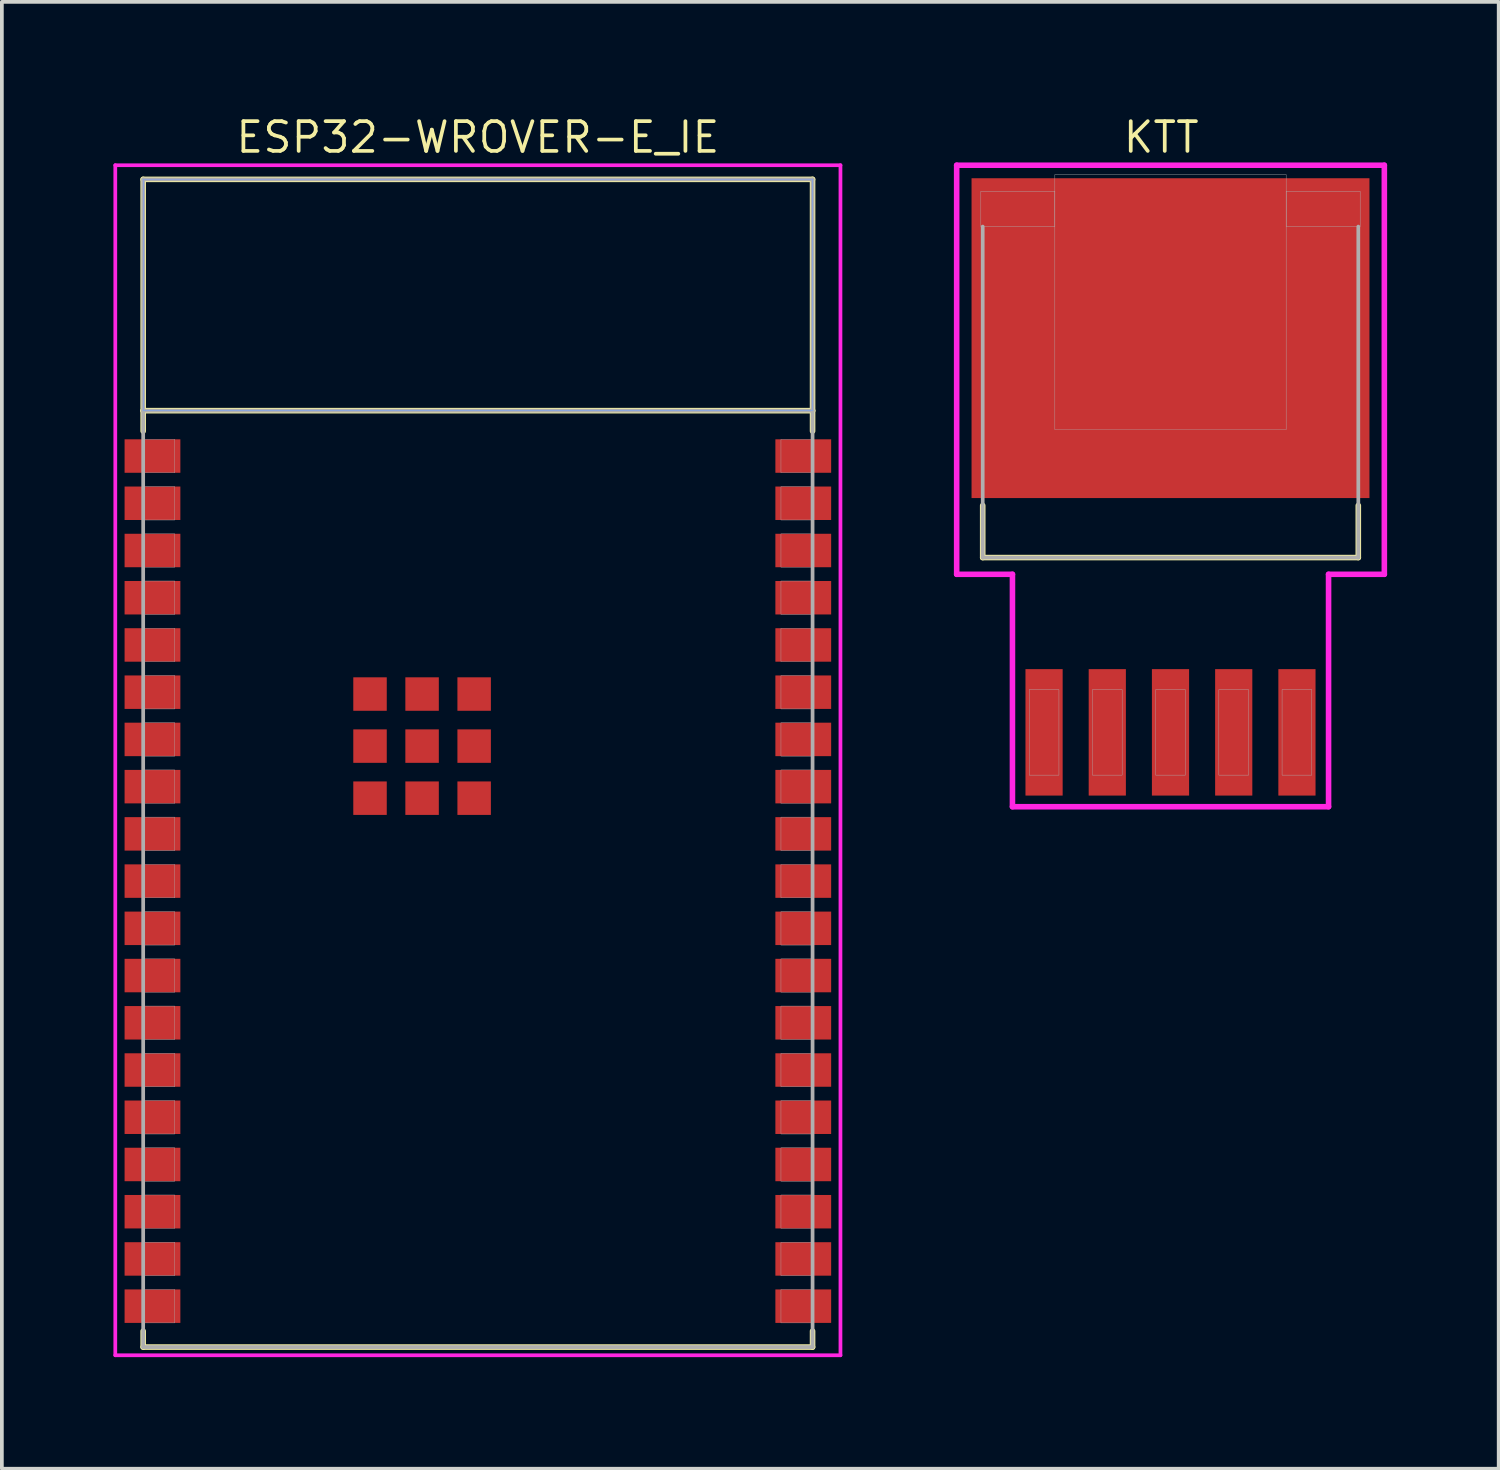
<source format=kicad_pcb>
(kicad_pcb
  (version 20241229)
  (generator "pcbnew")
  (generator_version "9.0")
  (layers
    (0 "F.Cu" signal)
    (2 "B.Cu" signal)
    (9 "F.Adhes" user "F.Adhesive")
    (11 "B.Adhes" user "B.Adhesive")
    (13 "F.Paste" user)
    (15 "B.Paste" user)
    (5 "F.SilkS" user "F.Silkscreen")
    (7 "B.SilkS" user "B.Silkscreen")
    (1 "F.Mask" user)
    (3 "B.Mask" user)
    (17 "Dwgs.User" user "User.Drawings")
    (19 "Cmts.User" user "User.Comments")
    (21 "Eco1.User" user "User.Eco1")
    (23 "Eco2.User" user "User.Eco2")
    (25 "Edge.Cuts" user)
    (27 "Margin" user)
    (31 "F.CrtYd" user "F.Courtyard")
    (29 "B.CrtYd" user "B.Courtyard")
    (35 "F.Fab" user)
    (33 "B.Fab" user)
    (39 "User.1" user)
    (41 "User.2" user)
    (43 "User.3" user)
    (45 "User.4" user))
  (footprint "KTT"
    (layer "F.Cu")
    (at 28.425 16.643)
    (property "Reference" "KTT" (at -0.25 -16 0) (layer "F.SilkS") (effects (font (size 0.8 0.8) (thickness 0.1))))
    (attr smd)
    (fp_line (start -5.05 -6.1) (end -5.05 -4.7) (stroke (width 0.15) (type solid)) (layer "F.SilkS"))
    (fp_line (start -5.05 -4.7) (end 5.05 -4.7) (stroke (width 0.15) (type solid)) (layer "F.SilkS"))
    (fp_line (start 5.05 -4.7) (end 5.05 -6.1) (stroke (width 0.15) (type solid)) (layer "F.SilkS"))
    (fp_line (start -5.75 -15.25) (end -5.75 -4.25) (stroke (width 0.15) (type solid)) (layer "F.CrtYd"))
    (fp_line (start -5.75 -4.25) (end -4.25 -4.25) (stroke (width 0.15) (type solid)) (layer "F.CrtYd"))
    (fp_line (start -4.25 -4.25) (end -4.25 2) (stroke (width 0.15) (type solid)) (layer "F.CrtYd"))
    (fp_line (start -4.25 2) (end 4.25 2) (stroke (width 0.15) (type solid)) (layer "F.CrtYd"))
    (fp_line (start 4.25 -4.25) (end 5.75 -4.25) (stroke (width 0.15) (type solid)) (layer "F.CrtYd"))
    (fp_line (start 4.25 2) (end 4.25 -4.25) (stroke (width 0.15) (type solid)) (layer "F.CrtYd"))
    (fp_line (start 5.75 -15.25) (end -5.75 -15.25) (stroke (width 0.15) (type solid)) (layer "F.CrtYd"))
    (fp_line (start 5.75 -4.25) (end 5.75 -15.25) (stroke (width 0.15) (type solid)) (layer "F.CrtYd"))
    (fp_line (start -5.05 -13.6) (end -5.05 -4.7) (stroke (width 0.1) (type solid)) (layer "F.Fab"))
    (fp_line (start -5.05 -4.7) (end 5.05 -4.7) (stroke (width 0.1) (type solid)) (layer "F.Fab"))
    (fp_line (start 5.05 -4.7) (end 5.05 -13.6) (stroke (width 0.1) (type solid)) (layer "F.Fab"))
    (fp_poly (pts (xy -5.1 -14.55) (xy -3.11 -14.55) (xy -3.11 -13.6) (xy -5.1 -13.6)) (stroke (width 0.01) (type solid)) (fill no) (layer "F.Fab"))
    (fp_poly (pts (xy -3.8 -1.15) (xy -3 -1.15) (xy -3 1.15) (xy -3.8 1.15)) (stroke (width 0.01) (type solid)) (fill no) (layer "F.Fab"))
    (fp_poly (pts (xy -3.11 -15) (xy 3.11 -15) (xy 3.11 -8.14) (xy -3.11 -8.14)) (stroke (width 0.01) (type solid)) (fill no) (layer "F.Fab"))
    (fp_poly (pts (xy -2.1 -1.15) (xy -1.3 -1.15) (xy -1.3 1.15) (xy -2.1 1.15)) (stroke (width 0.01) (type solid)) (fill no) (layer "F.Fab"))
    (fp_poly (pts (xy -0.4 -1.15) (xy 0.4 -1.15) (xy 0.4 1.15) (xy -0.4 1.15)) (stroke (width 0.01) (type solid)) (fill no) (layer "F.Fab"))
    (fp_poly (pts (xy 1.3 -1.15) (xy 2.1 -1.15) (xy 2.1 1.15) (xy 1.3 1.15)) (stroke (width 0.01) (type solid)) (fill no) (layer "F.Fab"))
    (fp_poly (pts (xy 3 -1.15) (xy 3.8 -1.15) (xy 3.8 1.15) (xy 3 1.15)) (stroke (width 0.01) (type solid)) (fill no) (layer "F.Fab"))
    (fp_poly (pts (xy 3.11 -14.55) (xy 5.1 -14.55) (xy 5.1 -13.6) (xy 3.11 -13.6)) (stroke (width 0.01) (type solid)) (fill no) (layer "F.Fab"))
    (pad "1" smd rect (at -3.4 0) (size 1 3.4) (layers "F.Cu" "F.Mask" "F.Paste"))
    (pad "2" smd rect (at -1.7 0) (size 1 3.4) (layers "F.Cu" "F.Mask" "F.Paste"))
    (pad "3" smd rect (at 0 0) (size 1 3.4) (layers "F.Cu" "F.Mask" "F.Paste"))
    (pad "4" smd rect (at 1.7 0) (size 1 3.4) (layers "F.Cu" "F.Mask" "F.Paste"))
    (pad "5" smd rect (at 3.4 0) (size 1 3.4) (layers "F.Cu" "F.Mask" "F.Paste"))
    (pad "PAD" smd rect (at 0 -10.6) (size 10.7 8.6) (layers "F.Cu" "F.Mask" "F.Paste")))
  (footprint "ESP32-WROVER-E_IE"
    (layer "F.Cu")
    (at 9.8 20.643)
    (property "Reference" "ESP32-WROVER-E_IE" (at 0 -20 0) (layer "F.SilkS") (effects (font (size 0.8 0.8) (thickness 0.1))))
    (attr smd)
    (fp_line (start -9 -18.87) (end -9 -12.65) (stroke (width 0.15) (type solid)) (layer "F.SilkS"))
    (fp_line (start -9 -12.65) (end -9 -12.1) (stroke (width 0.15) (type solid)) (layer "F.SilkS"))
    (fp_line (start -9 12.53) (end -9 12.1) (stroke (width 0.15) (type solid)) (layer "F.SilkS"))
    (fp_line (start 9 -18.87) (end -9 -18.87) (stroke (width 0.15) (type solid)) (layer "F.SilkS"))
    (fp_line (start 9 -18.87) (end 9 -12.65) (stroke (width 0.15) (type solid)) (layer "F.SilkS"))
    (fp_line (start 9 -12.65) (end -9 -12.65) (stroke (width 0.15) (type solid)) (layer "F.SilkS"))
    (fp_line (start 9 -12.65) (end 9 -12.1) (stroke (width 0.15) (type solid)) (layer "F.SilkS"))
    (fp_line (start 9 12.53) (end -9 12.53) (stroke (width 0.15) (type solid)) (layer "F.SilkS"))
    (fp_line (start 9 12.53) (end 9 12.1) (stroke (width 0.15) (type solid)) (layer "F.SilkS"))
    (fp_poly (pts (xy -9 -18.87) (xy 9 -18.87) (xy 9 -12.65) (xy -9 -12.65)) (stroke (width 0.01) (type solid)) (fill no) (layer "B.CrtYd"))
    (fp_line (start -9.75 -19.25) (end -9.75 12.75) (stroke (width 0.1) (type solid)) (layer "F.CrtYd"))
    (fp_line (start -9.75 12.75) (end 9.75 12.75) (stroke (width 0.1) (type solid)) (layer "F.CrtYd"))
    (fp_line (start 9.75 -19.25) (end -9.75 -19.25) (stroke (width 0.1) (type solid)) (layer "F.CrtYd"))
    (fp_line (start 9.75 12.75) (end 9.75 -19.25) (stroke (width 0.1) (type solid)) (layer "F.CrtYd"))
    (fp_poly (pts (xy -9 -18.87) (xy 9 -18.87) (xy 9 -12.65) (xy -9 -12.65)) (stroke (width 0.01) (type solid)) (fill no) (layer "F.CrtYd"))
    (fp_line (start -9 -18.87) (end -9 -12.65) (stroke (width 0.1) (type solid)) (layer "F.Fab"))
    (fp_line (start -9 -12.65) (end -9 12.53) (stroke (width 0.1) (type solid)) (layer "F.Fab"))
    (fp_line (start 9 -18.87) (end -9 -18.87) (stroke (width 0.1) (type solid)) (layer "F.Fab"))
    (fp_line (start 9 -18.87) (end 9 -12.65) (stroke (width 0.1) (type solid)) (layer "F.Fab"))
    (fp_line (start 9 -12.65) (end -9 -12.65) (stroke (width 0.1) (type solid)) (layer "F.Fab"))
    (fp_line (start 9 -12.65) (end 9 12.53) (stroke (width 0.1) (type solid)) (layer "F.Fab"))
    (fp_line (start 9 12.53) (end -9 12.53) (stroke (width 0.1) (type solid)) (layer "F.Fab"))
    (fp_poly (pts (xy -9 -11.88) (xy -8.15 -11.88) (xy -8.15 -10.98) (xy -9 -10.98)) (stroke (width 0.01) (type solid)) (fill no) (layer "F.Fab"))
    (fp_poly (pts (xy -9 -10.61) (xy -8.15 -10.61) (xy -8.15 -9.71) (xy -9 -9.71)) (stroke (width 0.01) (type solid)) (fill no) (layer "F.Fab"))
    (fp_poly (pts (xy -9 -9.34) (xy -8.15 -9.34) (xy -8.15 -8.44) (xy -9 -8.44)) (stroke (width 0.01) (type solid)) (fill no) (layer "F.Fab"))
    (fp_poly (pts (xy -9 -8.07) (xy -8.15 -8.07) (xy -8.15 -7.17) (xy -9 -7.17)) (stroke (width 0.01) (type solid)) (fill no) (layer "F.Fab"))
    (fp_poly (pts (xy -9 -6.8) (xy -8.15 -6.8) (xy -8.15 -5.9) (xy -9 -5.9)) (stroke (width 0.01) (type solid)) (fill no) (layer "F.Fab"))
    (fp_poly (pts (xy -9 -5.53) (xy -8.15 -5.53) (xy -8.15 -4.63) (xy -9 -4.63)) (stroke (width 0.01) (type solid)) (fill no) (layer "F.Fab"))
    (fp_poly (pts (xy -9 -4.26) (xy -8.15 -4.26) (xy -8.15 -3.36) (xy -9 -3.36)) (stroke (width 0.01) (type solid)) (fill no) (layer "F.Fab"))
    (fp_poly (pts (xy -9 -2.99) (xy -8.15 -2.99) (xy -8.15 -2.09) (xy -9 -2.09)) (stroke (width 0.01) (type solid)) (fill no) (layer "F.Fab"))
    (fp_poly (pts (xy -9 -1.72) (xy -8.15 -1.72) (xy -8.15 -0.82) (xy -9 -0.82)) (stroke (width 0.01) (type solid)) (fill no) (layer "F.Fab"))
    (fp_poly (pts (xy -9 -0.45) (xy -8.15 -0.45) (xy -8.15 0.45) (xy -9 0.45)) (stroke (width 0.01) (type solid)) (fill no) (layer "F.Fab"))
    (fp_poly (pts (xy -9 0.82) (xy -8.15 0.82) (xy -8.15 1.72) (xy -9 1.72)) (stroke (width 0.01) (type solid)) (fill no) (layer "F.Fab"))
    (fp_poly (pts (xy -9 2.09) (xy -8.15 2.09) (xy -8.15 2.99) (xy -9 2.99)) (stroke (width 0.01) (type solid)) (fill no) (layer "F.Fab"))
    (fp_poly (pts (xy -9 3.36) (xy -8.15 3.36) (xy -8.15 4.26) (xy -9 4.26)) (stroke (width 0.01) (type solid)) (fill no) (layer "F.Fab"))
    (fp_poly (pts (xy -9 4.63) (xy -8.15 4.63) (xy -8.15 5.53) (xy -9 5.53)) (stroke (width 0.01) (type solid)) (fill no) (layer "F.Fab"))
    (fp_poly (pts (xy -9 5.9) (xy -8.15 5.9) (xy -8.15 6.8) (xy -9 6.8)) (stroke (width 0.01) (type solid)) (fill no) (layer "F.Fab"))
    (fp_poly (pts (xy -9 7.17) (xy -8.15 7.17) (xy -8.15 8.07) (xy -9 8.07)) (stroke (width 0.01) (type solid)) (fill no) (layer "F.Fab"))
    (fp_poly (pts (xy -9 8.44) (xy -8.15 8.44) (xy -8.15 9.34) (xy -9 9.34)) (stroke (width 0.01) (type solid)) (fill no) (layer "F.Fab"))
    (fp_poly (pts (xy -9 9.71) (xy -8.15 9.71) (xy -8.15 10.61) (xy -9 10.61)) (stroke (width 0.01) (type solid)) (fill no) (layer "F.Fab"))
    (fp_poly (pts (xy -9 10.98) (xy -8.15 10.98) (xy -8.15 11.88) (xy -9 11.88)) (stroke (width 0.01) (type solid)) (fill no) (layer "F.Fab"))
    (fp_poly (pts (xy 8.15 -11.88) (xy 9 -11.88) (xy 9 -10.98) (xy 8.15 -10.98)) (stroke (width 0.01) (type solid)) (fill no) (layer "F.Fab"))
    (fp_poly (pts (xy 8.15 -10.61) (xy 9 -10.61) (xy 9 -9.71) (xy 8.15 -9.71)) (stroke (width 0.01) (type solid)) (fill no) (layer "F.Fab"))
    (fp_poly (pts (xy 8.15 -9.34) (xy 9 -9.34) (xy 9 -8.44) (xy 8.15 -8.44)) (stroke (width 0.01) (type solid)) (fill no) (layer "F.Fab"))
    (fp_poly (pts (xy 8.15 -8.07) (xy 9 -8.07) (xy 9 -7.17) (xy 8.15 -7.17)) (stroke (width 0.01) (type solid)) (fill no) (layer "F.Fab"))
    (fp_poly (pts (xy 8.15 -6.8) (xy 9 -6.8) (xy 9 -5.9) (xy 8.15 -5.9)) (stroke (width 0.01) (type solid)) (fill no) (layer "F.Fab"))
    (fp_poly (pts (xy 8.15 -5.53) (xy 9 -5.53) (xy 9 -4.63) (xy 8.15 -4.63)) (stroke (width 0.01) (type solid)) (fill no) (layer "F.Fab"))
    (fp_poly (pts (xy 8.15 -4.26) (xy 9 -4.26) (xy 9 -3.36) (xy 8.15 -3.36)) (stroke (width 0.01) (type solid)) (fill no) (layer "F.Fab"))
    (fp_poly (pts (xy 8.15 -2.99) (xy 9 -2.99) (xy 9 -2.09) (xy 8.15 -2.09)) (stroke (width 0.01) (type solid)) (fill no) (layer "F.Fab"))
    (fp_poly (pts (xy 8.15 -1.72) (xy 9 -1.72) (xy 9 -0.82) (xy 8.15 -0.82)) (stroke (width 0.01) (type solid)) (fill no) (layer "F.Fab"))
    (fp_poly (pts (xy 8.15 -0.45) (xy 9 -0.45) (xy 9 0.45) (xy 8.15 0.45)) (stroke (width 0.01) (type solid)) (fill no) (layer "F.Fab"))
    (fp_poly (pts (xy 8.15 0.82) (xy 9 0.82) (xy 9 1.72) (xy 8.15 1.72)) (stroke (width 0.01) (type solid)) (fill no) (layer "F.Fab"))
    (fp_poly (pts (xy 8.15 2.09) (xy 9 2.09) (xy 9 2.99) (xy 8.15 2.99)) (stroke (width 0.01) (type solid)) (fill no) (layer "F.Fab"))
    (fp_poly (pts (xy 8.15 3.36) (xy 9 3.36) (xy 9 4.26) (xy 8.15 4.26)) (stroke (width 0.01) (type solid)) (fill no) (layer "F.Fab"))
    (fp_poly (pts (xy 8.15 4.63) (xy 9 4.63) (xy 9 5.53) (xy 8.15 5.53)) (stroke (width 0.01) (type solid)) (fill no) (layer "F.Fab"))
    (fp_poly (pts (xy 8.15 5.9) (xy 9 5.9) (xy 9 6.8) (xy 8.15 6.8)) (stroke (width 0.01) (type solid)) (fill no) (layer "F.Fab"))
    (fp_poly (pts (xy 8.15 7.17) (xy 9 7.17) (xy 9 8.07) (xy 8.15 8.07)) (stroke (width 0.01) (type solid)) (fill no) (layer "F.Fab"))
    (fp_poly (pts (xy 8.15 8.44) (xy 9 8.44) (xy 9 9.34) (xy 8.15 9.34)) (stroke (width 0.01) (type solid)) (fill no) (layer "F.Fab"))
    (fp_poly (pts (xy 8.15 9.71) (xy 9 9.71) (xy 9 10.61) (xy 8.15 10.61)) (stroke (width 0.01) (type solid)) (fill no) (layer "F.Fab"))
    (fp_poly (pts (xy 8.15 10.98) (xy 9 10.98) (xy 9 11.88) (xy 8.15 11.88)) (stroke (width 0.01) (type solid)) (fill no) (layer "F.Fab"))
    (pad "1" smd rect (at -8.75 -11.43) (size 1.5 0.9) (layers "F.Cu" "F.Mask" "F.Paste"))
    (pad "2" smd rect (at -8.75 -10.16) (size 1.5 0.9) (layers "F.Cu" "F.Mask" "F.Paste"))
    (pad "3" smd rect (at -8.75 -8.89) (size 1.5 0.9) (layers "F.Cu" "F.Mask" "F.Paste"))
    (pad "4" smd rect (at -8.75 -7.62) (size 1.5 0.9) (layers "F.Cu" "F.Mask" "F.Paste"))
    (pad "5" smd rect (at -8.75 -6.35) (size 1.5 0.9) (layers "F.Cu" "F.Mask" "F.Paste"))
    (pad "6" smd rect (at -8.75 -5.08) (size 1.5 0.9) (layers "F.Cu" "F.Mask" "F.Paste"))
    (pad "7" smd rect (at -8.75 -3.81) (size 1.5 0.9) (layers "F.Cu" "F.Mask" "F.Paste"))
    (pad "8" smd rect (at -8.75 -2.54) (size 1.5 0.9) (layers "F.Cu" "F.Mask" "F.Paste"))
    (pad "9" smd rect (at -8.75 -1.27) (size 1.5 0.9) (layers "F.Cu" "F.Mask" "F.Paste"))
    (pad "10" smd rect (at -8.75 0) (size 1.5 0.9) (layers "F.Cu" "F.Mask" "F.Paste"))
    (pad "11" smd rect (at -8.75 1.27) (size 1.5 0.9) (layers "F.Cu" "F.Mask" "F.Paste"))
    (pad "12" smd rect (at -8.75 2.54) (size 1.5 0.9) (layers "F.Cu" "F.Mask" "F.Paste"))
    (pad "13" smd rect (at -8.75 3.81) (size 1.5 0.9) (layers "F.Cu" "F.Mask" "F.Paste"))
    (pad "14" smd rect (at -8.75 5.08) (size 1.5 0.9) (layers "F.Cu" "F.Mask" "F.Paste"))
    (pad "15" smd rect (at -8.75 6.35) (size 1.5 0.9) (layers "F.Cu" "F.Mask" "F.Paste"))
    (pad "16" smd rect (at -8.75 7.62) (size 1.5 0.9) (layers "F.Cu" "F.Mask" "F.Paste"))
    (pad "17" smd rect (at -8.75 8.89) (size 1.5 0.9) (layers "F.Cu" "F.Mask" "F.Paste"))
    (pad "18" smd rect (at -8.75 10.16) (size 1.5 0.9) (layers "F.Cu" "F.Mask" "F.Paste"))
    (pad "19" smd rect (at -8.75 11.43) (size 1.5 0.9) (layers "F.Cu" "F.Mask" "F.Paste"))
    (pad "20" smd rect (at 8.75 11.43) (size 1.5 0.9) (layers "F.Cu" "F.Mask" "F.Paste"))
    (pad "21" smd rect (at 8.75 10.16) (size 1.5 0.9) (layers "F.Cu" "F.Mask" "F.Paste"))
    (pad "22" smd rect (at 8.75 8.89) (size 1.5 0.9) (layers "F.Cu" "F.Mask" "F.Paste"))
    (pad "23" smd rect (at 8.75 7.62) (size 1.5 0.9) (layers "F.Cu" "F.Mask" "F.Paste"))
    (pad "24" smd rect (at 8.75 6.35) (size 1.5 0.9) (layers "F.Cu" "F.Mask" "F.Paste"))
    (pad "25" smd rect (at 8.75 5.08) (size 1.5 0.9) (layers "F.Cu" "F.Mask" "F.Paste"))
    (pad "26" smd rect (at 8.75 3.81) (size 1.5 0.9) (layers "F.Cu" "F.Mask" "F.Paste"))
    (pad "27" smd rect (at 8.75 2.54) (size 1.5 0.9) (layers "F.Cu" "F.Mask" "F.Paste"))
    (pad "28" smd rect (at 8.75 1.27) (size 1.5 0.9) (layers "F.Cu" "F.Mask" "F.Paste"))
    (pad "29" smd rect (at 8.75 0) (size 1.5 0.9) (layers "F.Cu" "F.Mask" "F.Paste"))
    (pad "30" smd rect (at 8.75 -1.27) (size 1.5 0.9) (layers "F.Cu" "F.Mask" "F.Paste"))
    (pad "31" smd rect (at 8.75 -2.54) (size 1.5 0.9) (layers "F.Cu" "F.Mask" "F.Paste"))
    (pad "32" smd rect (at 8.75 -3.81) (size 1.5 0.9) (layers "F.Cu" "F.Mask" "F.Paste"))
    (pad "33" smd rect (at 8.75 -5.08) (size 1.5 0.9) (layers "F.Cu" "F.Mask" "F.Paste"))
    (pad "34" smd rect (at 8.75 -6.35) (size 1.5 0.9) (layers "F.Cu" "F.Mask" "F.Paste"))
    (pad "35" smd rect (at 8.75 -7.62) (size 1.5 0.9) (layers "F.Cu" "F.Mask" "F.Paste"))
    (pad "36" smd rect (at 8.75 -8.89) (size 1.5 0.9) (layers "F.Cu" "F.Mask" "F.Paste"))
    (pad "37" smd rect (at 8.75 -10.16) (size 1.5 0.9) (layers "F.Cu" "F.Mask" "F.Paste"))
    (pad "38" smd rect (at 8.75 -11.43) (size 1.5 0.9) (layers "F.Cu" "F.Mask" "F.Paste"))
    (pad "PAD@1" smd rect (at -2.9 -5.03) (size 0.9 0.9) (layers "F.Cu" "F.Mask" "F.Paste"))
    (pad "PAD@2" smd rect (at -1.5 -5.03) (size 0.9 0.9) (layers "F.Cu" "F.Mask" "F.Paste"))
    (pad "PAD@3" smd rect (at -0.1 -5.03) (size 0.9 0.9) (layers "F.Cu" "F.Mask" "F.Paste"))
    (pad "PAD@4" smd rect (at -2.9 -3.63) (size 0.9 0.9) (layers "F.Cu" "F.Mask" "F.Paste"))
    (pad "PAD@5" smd rect (at -1.5 -3.63) (size 0.9 0.9) (layers "F.Cu" "F.Mask" "F.Paste"))
    (pad "PAD@6" smd rect (at -0.1 -3.63) (size 0.9 0.9) (layers "F.Cu" "F.Mask" "F.Paste"))
    (pad "PAD@7" smd rect (at -2.9 -2.23) (size 0.9 0.9) (layers "F.Cu" "F.Mask" "F.Paste"))
    (pad "PAD@8" smd rect (at -1.5 -2.23) (size 0.9 0.9) (layers "F.Cu" "F.Mask" "F.Paste"))
    (pad "PAD@9" smd rect (at -0.1 -2.23) (size 0.9 0.9) (layers "F.Cu" "F.Mask" "F.Paste"))
    (zone (net_name "") (layer "F.Cu") (hatch full 0.508) (connect_pads) (min_thickness 0.01) (filled_areas_thickness no) (keepout (tracks not_allowed) (vias not_allowed) (pads not_allowed) (copperpour not_allowed) (footprints allowed)) (placement (enabled no)) (fill) (polygon (pts (xy 0.8 1.774) (xy 18.8 1.774) (xy 18.8 7.994) (xy 0.8 7.994))))
    (zone (net_name "") (layers "F.Cu" "B.Cu") (hatch full 0.508) (connect_pads) (min_thickness 0.01) (filled_areas_thickness no) (keepout (tracks allowed) (vias not_allowed) (pads allowed) (copperpour allowed) (footprints allowed)) (placement (enabled no)) (fill) (polygon (pts (xy 0.8 1.774) (xy 18.8 1.774) (xy 18.8 7.994) (xy 0.8 7.994))))
    (zone (net_name "") (layer "B.Cu") (hatch full 0.508) (connect_pads) (min_thickness 0.01) (filled_areas_thickness no) (keepout (tracks not_allowed) (vias not_allowed) (pads not_allowed) (copperpour not_allowed) (footprints allowed)) (placement (enabled no)) (fill) (polygon (pts (xy 0.8 1.774) (xy 18.8 1.774) (xy 18.8 7.994) (xy 0.8 7.994)))))
  (gr_rect
    (start -3 -3)
    (end 37.25 36.444)
    (stroke (width 0.1) (type default))
    (fill no)
    (layer "Edge.Cuts")))
</source>
